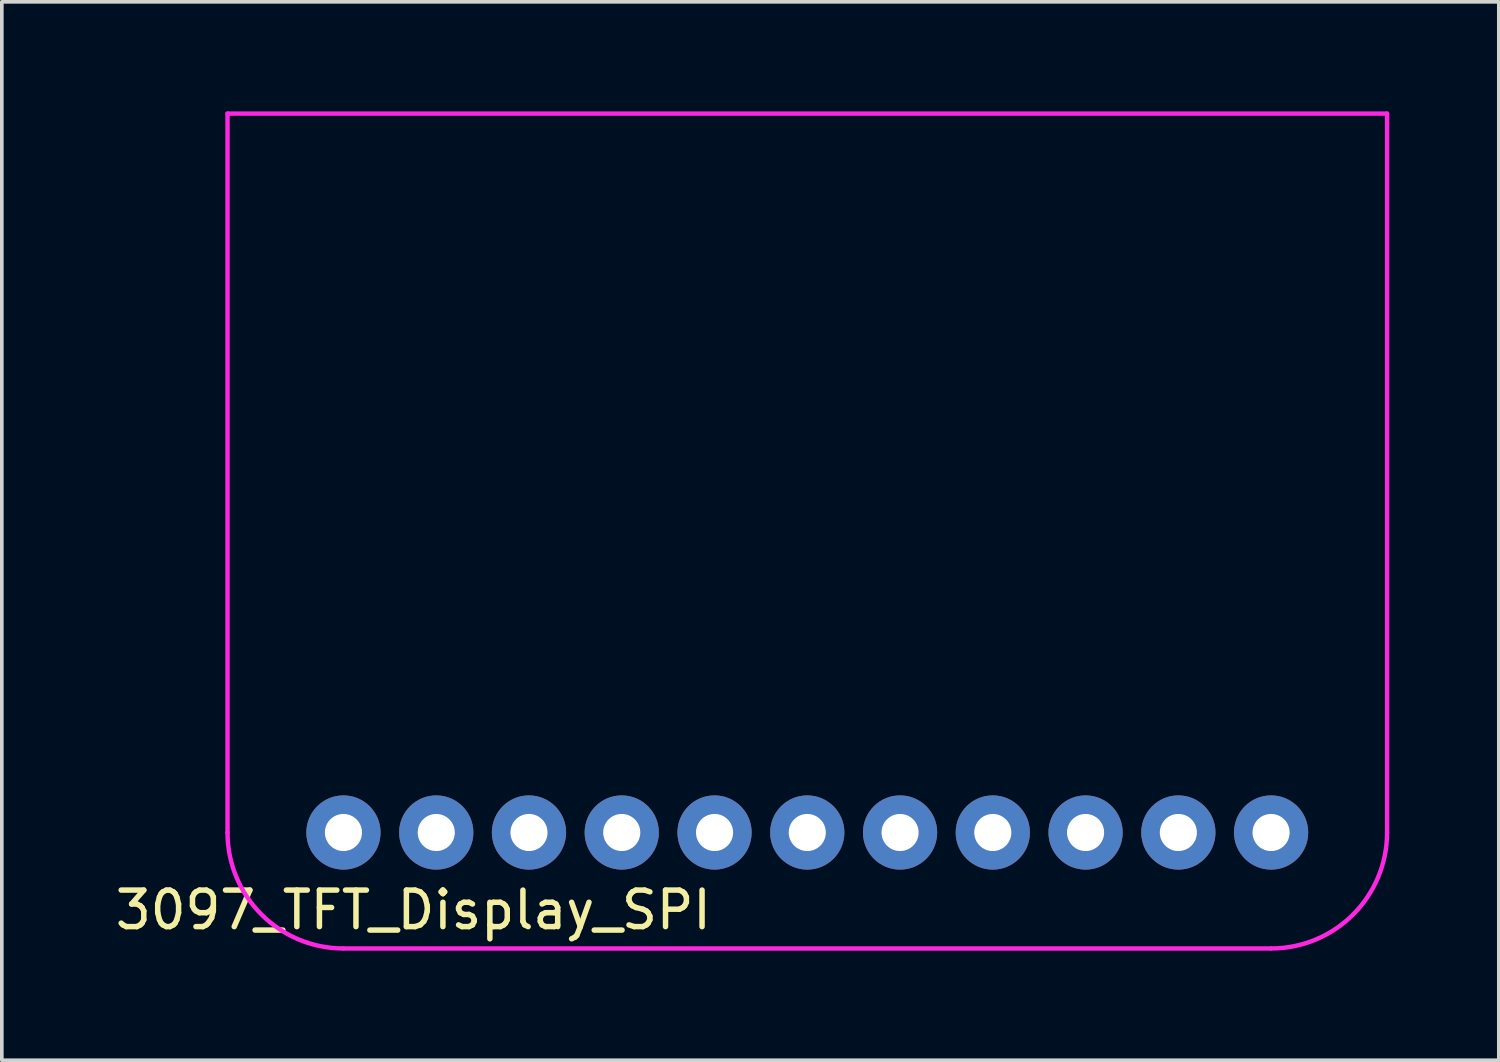
<source format=kicad_pcb>
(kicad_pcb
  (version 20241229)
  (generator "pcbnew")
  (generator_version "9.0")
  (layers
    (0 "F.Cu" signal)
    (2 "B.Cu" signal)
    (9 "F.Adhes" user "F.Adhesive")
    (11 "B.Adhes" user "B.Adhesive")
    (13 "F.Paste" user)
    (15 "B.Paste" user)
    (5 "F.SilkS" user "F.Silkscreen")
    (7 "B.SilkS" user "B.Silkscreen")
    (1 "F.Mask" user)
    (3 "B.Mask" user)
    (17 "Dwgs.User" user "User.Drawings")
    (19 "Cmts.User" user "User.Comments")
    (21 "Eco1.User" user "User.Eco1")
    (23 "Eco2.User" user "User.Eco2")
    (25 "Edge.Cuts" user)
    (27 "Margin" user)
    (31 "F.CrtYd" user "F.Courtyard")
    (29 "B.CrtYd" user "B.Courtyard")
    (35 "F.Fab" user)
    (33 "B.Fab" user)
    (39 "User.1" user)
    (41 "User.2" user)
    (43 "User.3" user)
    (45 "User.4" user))
  (footprint "3097_TFT_Display_SPI"
    (layer "F.Cu")
    (at 19.118 11.617)
    (property "Reference" "3097_TFT_Display_SPI" (at -10.85 10.25 0) (layer "F.SilkS") (effects (font (size 1 1) (thickness 0.15))))
    (attr through_hole)
    (fp_line (start -15.938 -11.557) (end 15.812 -11.557) (stroke (width 0.12) (type solid)) (layer "F.CrtYd"))
    (fp_line (start -15.938 8.128) (end -15.938 -11.557) (stroke (width 0.12) (type solid)) (layer "F.CrtYd"))
    (fp_line (start 12.636 11.303) (end -12.764 11.303) (stroke (width 0.12) (type solid)) (layer "F.CrtYd"))
    (fp_line (start 15.812 -11.557) (end 15.812 8.128) (stroke (width 0.12) (type solid)) (layer "F.CrtYd"))
    (fp_arc (start -12.7635 11.303) (mid -15.008564 10.373064) (end -15.9385 8.128) (stroke (width 0.12) (type solid)) (layer "F.CrtYd"))
    (fp_arc (start 15.8115 8.128) (mid 14.881564 10.373064) (end 12.6365 11.303) (stroke (width 0.12) (type solid)) (layer "F.CrtYd"))
    (pad "1" thru_hole circle (at -12.764 8.128) (size 2.032 2.032) (drill 1.016) (layers "*.Cu" "*.Mask"))
    (pad "2" thru_hole circle (at -10.223 8.128) (size 2.032 2.032) (drill 1.016) (layers "*.Cu" "*.Mask"))
    (pad "3" thru_hole circle (at -7.684 8.128) (size 2.032 2.032) (drill 1.016) (layers "*.Cu" "*.Mask"))
    (pad "4" thru_hole circle (at -5.144 8.128) (size 2.032 2.032) (drill 1.016) (layers "*.Cu" "*.Mask"))
    (pad "5" thru_hole circle (at -2.603 8.128) (size 2.032 2.032) (drill 1.016) (layers "*.Cu" "*.Mask"))
    (pad "6" thru_hole circle (at -0.064 8.128) (size 2.032 2.032) (drill 1.016) (layers "*.Cu" "*.Mask"))
    (pad "7" thru_hole circle (at 2.477 8.128) (size 2.032 2.032) (drill 1.016) (layers "*.Cu" "*.Mask"))
    (pad "8" thru_hole circle (at 5.016 8.128) (size 2.032 2.032) (drill 1.016) (layers "*.Cu" "*.Mask"))
    (pad "9" thru_hole circle (at 7.556 8.128) (size 2.032 2.032) (drill 1.016) (layers "*.Cu" "*.Mask"))
    (pad "10" thru_hole circle (at 10.097 8.128) (size 2.032 2.032) (drill 1.016) (layers "*.Cu" "*.Mask"))
    (pad "11" thru_hole circle (at 12.636 8.128) (size 2.032 2.032) (drill 1.016) (layers "*.Cu" "*.Mask")))
  (gr_rect
    (start -3 -3)
    (end 37.989 25.98)
    (stroke (width 0.1) (type default))
    (fill no)
    (layer "Edge.Cuts")))
</source>
